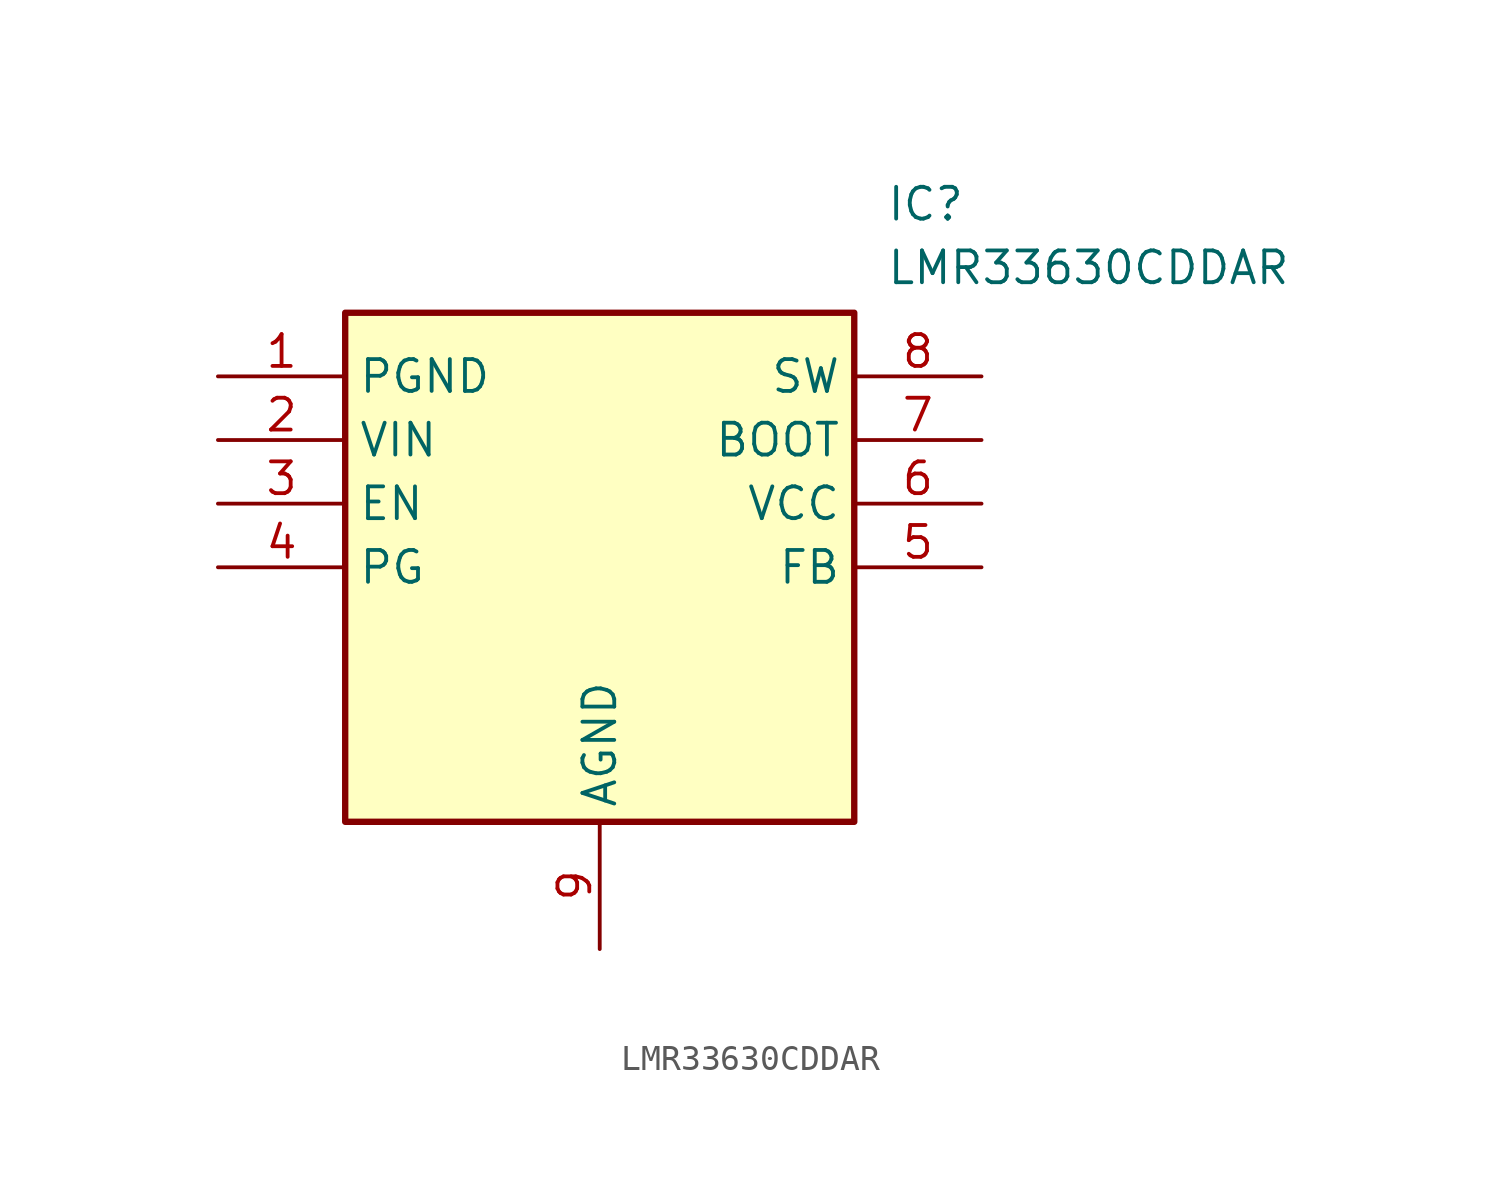
<source format=kicad_sym>
(kicad_symbol_lib
  (version 20211014)
  (generator SamacSys_ECAD_Model)
  (symbol "LMR33630CDDAR"
    (property "Reference" "IC"
      (at 26.67 7.62 0)
      (effects (font (size 1.27 1.27)) (justify left top)))
    (property "Value" "LMR33630CDDAR"
      (at 26.67 5.08 0)
      (effects (font (size 1.27 1.27)) (justify left top)))
    (rectangle
      (start 5.08 2.54)
      (end 25.4 -17.78)
      (stroke (width 0.254) (type default))
      (fill (type background)))
    (pin power_in line
      (at 0 0 0)
      (length 5.08)
      (name "PGND" (effects (font (size 1.27 1.27))))
      (number "1" (effects (font (size 1.27 1.27)))))
    (pin power_in line
      (at 0 -2.54 0)
      (length 5.08)
      (name "VIN" (effects (font (size 1.27 1.27))))
      (number "2" (effects (font (size 1.27 1.27)))))
    (pin input line
      (at 0 -5.08 0)
      (length 5.08)
      (name "EN" (effects (font (size 1.27 1.27))))
      (number "3" (effects (font (size 1.27 1.27)))))
    (pin output line
      (at 0 -7.62 0)
      (length 5.08)
      (name "PG" (effects (font (size 1.27 1.27))))
      (number "4" (effects (font (size 1.27 1.27)))))
    (pin power_in line
      (at 15.24 -22.86 90)
      (length 5.08)
      (name "AGND" (effects (font (size 1.27 1.27))))
      (number "9" (effects (font (size 1.27 1.27)))))
    (pin power_in line
      (at 30.48 0 180)
      (length 5.08)
      (name "SW" (effects (font (size 1.27 1.27))))
      (number "8" (effects (font (size 1.27 1.27)))))
    (pin power_in line
      (at 30.48 -2.54 180)
      (length 5.08)
      (name "BOOT" (effects (font (size 1.27 1.27))))
      (number "7" (effects (font (size 1.27 1.27)))))
    (pin power_in line
      (at 30.48 -5.08 180)
      (length 5.08)
      (name "VCC" (effects (font (size 1.27 1.27))))
      (number "6" (effects (font (size 1.27 1.27)))))
    (pin input line
      (at 30.48 -7.62 180)
      (length 5.08)
      (name "FB" (effects (font (size 1.27 1.27))))
      (number "5" (effects (font (size 1.27 1.27)))))))
</source>
